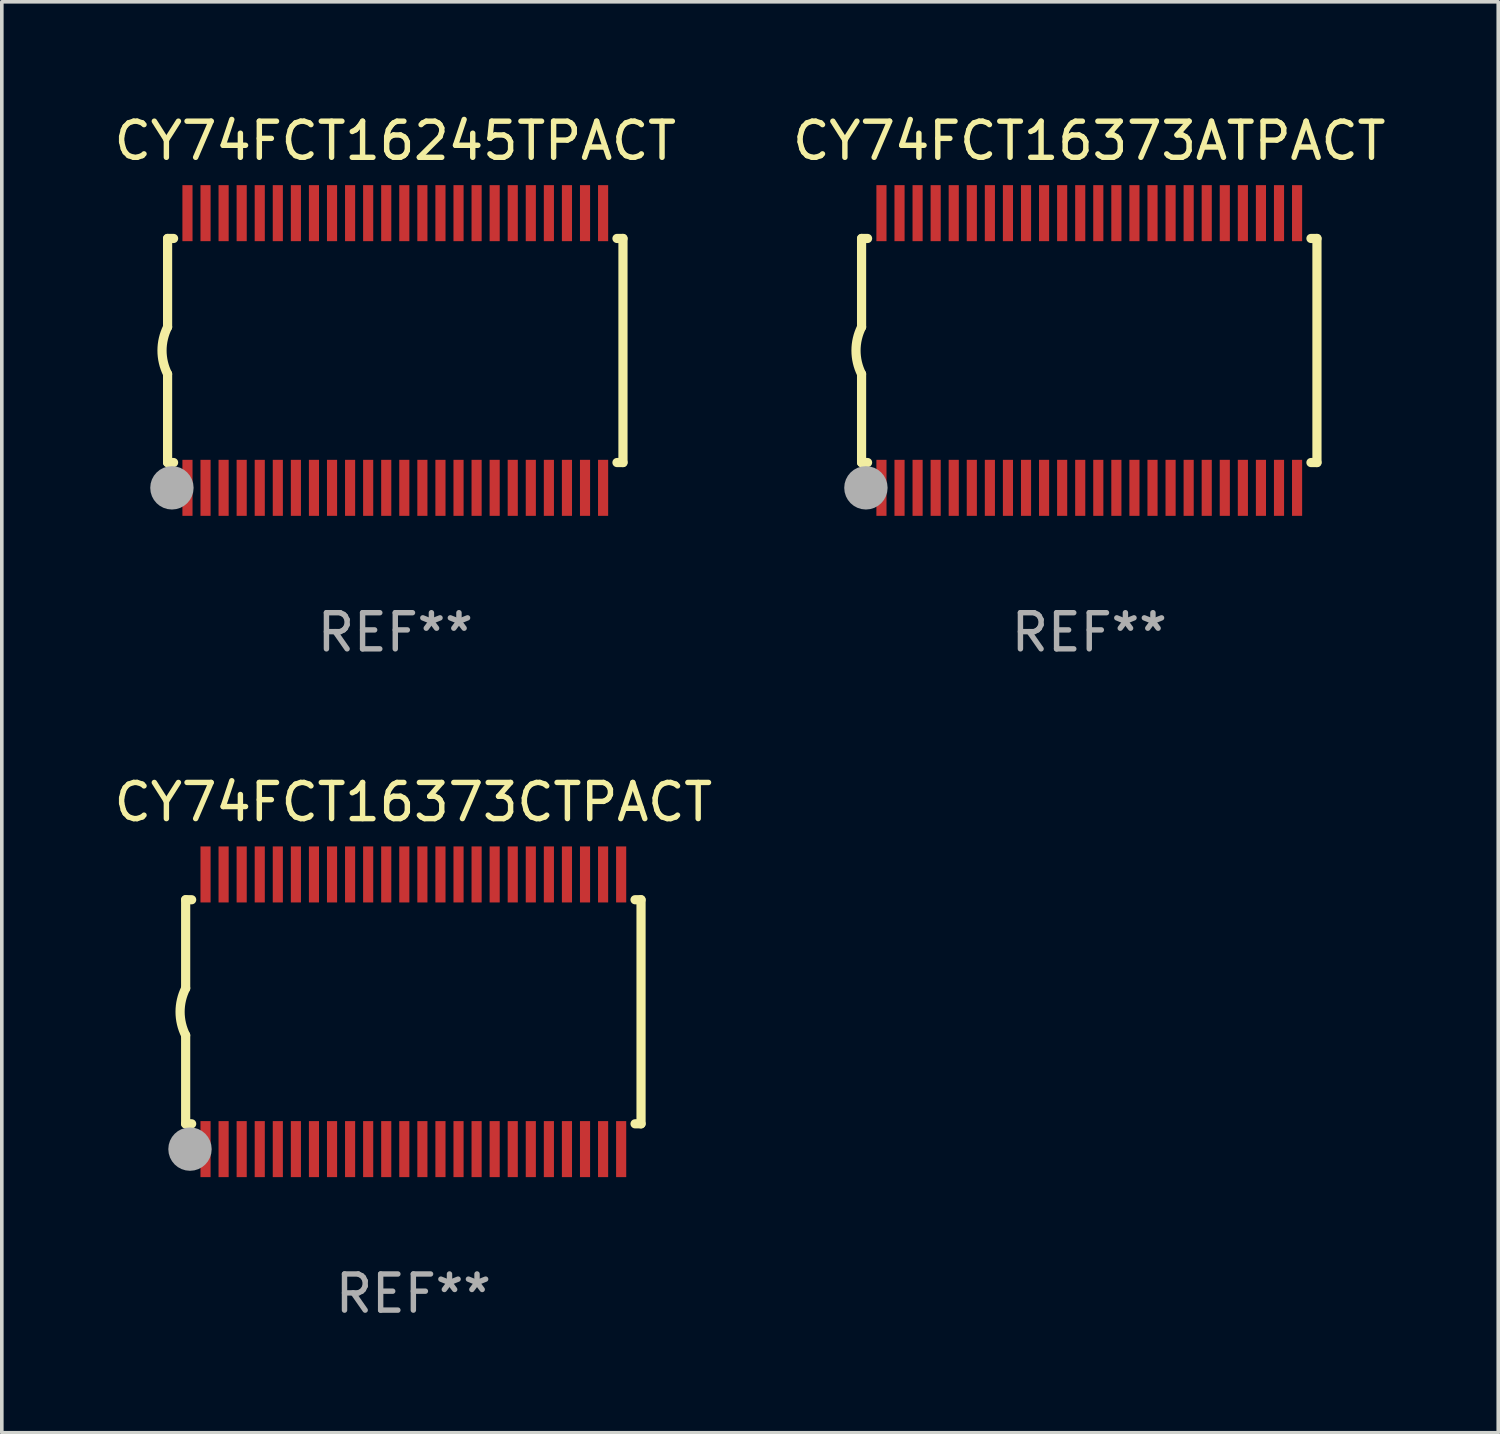
<source format=kicad_pcb>
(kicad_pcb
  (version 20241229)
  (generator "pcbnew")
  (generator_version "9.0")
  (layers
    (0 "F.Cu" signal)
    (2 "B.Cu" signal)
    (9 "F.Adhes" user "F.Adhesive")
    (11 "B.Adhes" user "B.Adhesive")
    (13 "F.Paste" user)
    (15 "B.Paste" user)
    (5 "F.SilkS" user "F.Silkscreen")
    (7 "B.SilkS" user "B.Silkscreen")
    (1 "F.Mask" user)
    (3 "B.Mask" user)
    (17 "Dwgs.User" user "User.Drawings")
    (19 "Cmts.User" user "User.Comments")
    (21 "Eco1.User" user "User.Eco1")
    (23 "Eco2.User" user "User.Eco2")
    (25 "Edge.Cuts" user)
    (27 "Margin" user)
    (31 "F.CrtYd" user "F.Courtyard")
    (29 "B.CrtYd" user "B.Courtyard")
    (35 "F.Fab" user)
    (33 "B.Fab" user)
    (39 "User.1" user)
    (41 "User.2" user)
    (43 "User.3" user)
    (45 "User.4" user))
  (footprint "CY74FCT16373ATPACT"
    (layer "F.Cu")
    (at 27.089 6.648)
    (property "Reference" "CY74FCT16373ATPACT" (at 0 -5.8 0) (layer "F.SilkS") (effects (font (size 1 1) (thickness 0.15))))
    (attr through_hole)
    (fp_line (start -6.3 -3.1) (end -6.3 -0.65) (stroke (width 0.254) (type solid)) (layer "F.SilkS"))
    (fp_line (start -6.3 -3.1) (end -6.134 -3.1) (stroke (width 0.254) (type solid)) (layer "F.SilkS"))
    (fp_line (start -6.3 3.1) (end -6.3 0.65) (stroke (width 0.254) (type solid)) (layer "F.SilkS"))
    (fp_line (start -6.3 3.1) (end -6.134 3.1) (stroke (width 0.254) (type solid)) (layer "F.SilkS"))
    (fp_line (start 6.134 -3.1) (end 6.3 -3.1) (stroke (width 0.254) (type solid)) (layer "F.SilkS"))
    (fp_line (start 6.134 3.1) (end 6.3 3.1) (stroke (width 0.254) (type solid)) (layer "F.SilkS"))
    (fp_line (start 6.3 -3.1) (end 6.3 3.1) (stroke (width 0.254) (type solid)) (layer "F.SilkS"))
    (fp_arc (start -6.301016 0.650114) (mid -6.45413 -0.000082) (end -6.3 -0.650038) (stroke (width 0.254001) (type solid)) (layer "F.SilkS"))
    (fp_circle (center -6.35 3.81) (end -6.223 3.81) (stroke (width 0.254) (type solid)) (fill no) (layer "F.SilkS"))
    (fp_circle (center -6.25 4.05) (end -6.22 4.05) (stroke (width 0.06) (type solid)) (fill no) (layer "F.SilkS"))
    (fp_circle (center -6.18 3.8) (end -5.88 3.8) (stroke (width 0.6) (type solid)) (fill no) (layer "F.Fab"))
    (fp_text user "REF**" (at 0 7.8 0) (layer "F.Fab") (effects (font (size 1 1) (thickness 0.15))))
    (pad "1" smd rect (at -5.75 3.8) (size 0.28 1.55) (layers "F.Cu" "F.Mask" "F.Paste"))
    (pad "2" smd rect (at -5.25 3.8) (size 0.28 1.55) (layers "F.Cu" "F.Mask" "F.Paste"))
    (pad "3" smd rect (at -4.75 3.8) (size 0.28 1.55) (layers "F.Cu" "F.Mask" "F.Paste"))
    (pad "4" smd rect (at -4.25 3.8) (size 0.28 1.55) (layers "F.Cu" "F.Mask" "F.Paste"))
    (pad "5" smd rect (at -3.75 3.8) (size 0.28 1.55) (layers "F.Cu" "F.Mask" "F.Paste"))
    (pad "6" smd rect (at -3.25 3.8) (size 0.28 1.55) (layers "F.Cu" "F.Mask" "F.Paste"))
    (pad "7" smd rect (at -2.75 3.8) (size 0.28 1.55) (layers "F.Cu" "F.Mask" "F.Paste"))
    (pad "8" smd rect (at -2.25 3.8) (size 0.28 1.55) (layers "F.Cu" "F.Mask" "F.Paste"))
    (pad "9" smd rect (at -1.75 3.8) (size 0.28 1.55) (layers "F.Cu" "F.Mask" "F.Paste"))
    (pad "10" smd rect (at -1.25 3.8) (size 0.28 1.55) (layers "F.Cu" "F.Mask" "F.Paste"))
    (pad "11" smd rect (at -0.75 3.8) (size 0.28 1.55) (layers "F.Cu" "F.Mask" "F.Paste"))
    (pad "12" smd rect (at -0.25 3.8) (size 0.28 1.55) (layers "F.Cu" "F.Mask" "F.Paste"))
    (pad "13" smd rect (at 0.25 3.8) (size 0.28 1.55) (layers "F.Cu" "F.Mask" "F.Paste"))
    (pad "14" smd rect (at 0.75 3.8) (size 0.28 1.55) (layers "F.Cu" "F.Mask" "F.Paste"))
    (pad "15" smd rect (at 1.25 3.8) (size 0.28 1.55) (layers "F.Cu" "F.Mask" "F.Paste"))
    (pad "16" smd rect (at 1.75 3.8) (size 0.28 1.55) (layers "F.Cu" "F.Mask" "F.Paste"))
    (pad "17" smd rect (at 2.25 3.8) (size 0.28 1.55) (layers "F.Cu" "F.Mask" "F.Paste"))
    (pad "18" smd rect (at 2.75 3.8) (size 0.28 1.55) (layers "F.Cu" "F.Mask" "F.Paste"))
    (pad "19" smd rect (at 3.25 3.8) (size 0.28 1.55) (layers "F.Cu" "F.Mask" "F.Paste"))
    (pad "20" smd rect (at 3.75 3.8) (size 0.28 1.55) (layers "F.Cu" "F.Mask" "F.Paste"))
    (pad "21" smd rect (at 4.25 3.8) (size 0.28 1.55) (layers "F.Cu" "F.Mask" "F.Paste"))
    (pad "22" smd rect (at 4.75 3.8) (size 0.28 1.55) (layers "F.Cu" "F.Mask" "F.Paste"))
    (pad "23" smd rect (at 5.25 3.8) (size 0.28 1.55) (layers "F.Cu" "F.Mask" "F.Paste"))
    (pad "24" smd rect (at 5.75 3.8) (size 0.28 1.55) (layers "F.Cu" "F.Mask" "F.Paste"))
    (pad "25" smd rect (at 5.75 -3.8) (size 0.28 1.55) (layers "F.Cu" "F.Mask" "F.Paste"))
    (pad "26" smd rect (at 5.25 -3.8) (size 0.28 1.55) (layers "F.Cu" "F.Mask" "F.Paste"))
    (pad "27" smd rect (at 4.75 -3.8) (size 0.28 1.55) (layers "F.Cu" "F.Mask" "F.Paste"))
    (pad "28" smd rect (at 4.25 -3.8) (size 0.28 1.55) (layers "F.Cu" "F.Mask" "F.Paste"))
    (pad "29" smd rect (at 3.75 -3.8) (size 0.28 1.55) (layers "F.Cu" "F.Mask" "F.Paste"))
    (pad "30" smd rect (at 3.25 -3.8) (size 0.28 1.55) (layers "F.Cu" "F.Mask" "F.Paste"))
    (pad "31" smd rect (at 2.75 -3.8) (size 0.28 1.55) (layers "F.Cu" "F.Mask" "F.Paste"))
    (pad "32" smd rect (at 2.25 -3.8) (size 0.28 1.55) (layers "F.Cu" "F.Mask" "F.Paste"))
    (pad "33" smd rect (at 1.75 -3.8) (size 0.28 1.55) (layers "F.Cu" "F.Mask" "F.Paste"))
    (pad "34" smd rect (at 1.25 -3.8) (size 0.28 1.55) (layers "F.Cu" "F.Mask" "F.Paste"))
    (pad "35" smd rect (at 0.75 -3.8) (size 0.28 1.55) (layers "F.Cu" "F.Mask" "F.Paste"))
    (pad "36" smd rect (at 0.25 -3.8) (size 0.28 1.55) (layers "F.Cu" "F.Mask" "F.Paste"))
    (pad "37" smd rect (at -0.25 -3.8) (size 0.28 1.55) (layers "F.Cu" "F.Mask" "F.Paste"))
    (pad "38" smd rect (at -0.75 -3.8) (size 0.28 1.55) (layers "F.Cu" "F.Mask" "F.Paste"))
    (pad "39" smd rect (at -1.25 -3.8) (size 0.28 1.55) (layers "F.Cu" "F.Mask" "F.Paste"))
    (pad "40" smd rect (at -1.75 -3.8) (size 0.28 1.55) (layers "F.Cu" "F.Mask" "F.Paste"))
    (pad "41" smd rect (at -2.25 -3.8) (size 0.28 1.55) (layers "F.Cu" "F.Mask" "F.Paste"))
    (pad "42" smd rect (at -2.75 -3.8) (size 0.28 1.55) (layers "F.Cu" "F.Mask" "F.Paste"))
    (pad "43" smd rect (at -3.25 -3.8) (size 0.28 1.55) (layers "F.Cu" "F.Mask" "F.Paste"))
    (pad "44" smd rect (at -3.75 -3.8) (size 0.28 1.55) (layers "F.Cu" "F.Mask" "F.Paste"))
    (pad "45" smd rect (at -4.25 -3.8) (size 0.28 1.55) (layers "F.Cu" "F.Mask" "F.Paste"))
    (pad "46" smd rect (at -4.75 -3.8) (size 0.28 1.55) (layers "F.Cu" "F.Mask" "F.Paste"))
    (pad "47" smd rect (at -5.25 -3.8) (size 0.28 1.55) (layers "F.Cu" "F.Mask" "F.Paste"))
    (pad "48" smd rect (at -5.75 -3.8) (size 0.28 1.55) (layers "F.Cu" "F.Mask" "F.Paste")))
  (footprint "CY74FCT16245TPACT"
    (layer "F.Cu")
    (at 7.887 6.648)
    (property "Reference" "CY74FCT16245TPACT" (at 0 -5.8 0) (layer "F.SilkS") (effects (font (size 1 1) (thickness 0.15))))
    (attr through_hole)
    (fp_line (start -6.3 -3.1) (end -6.3 -0.65) (stroke (width 0.254) (type solid)) (layer "F.SilkS"))
    (fp_line (start -6.3 -3.1) (end -6.134 -3.1) (stroke (width 0.254) (type solid)) (layer "F.SilkS"))
    (fp_line (start -6.3 3.1) (end -6.3 0.65) (stroke (width 0.254) (type solid)) (layer "F.SilkS"))
    (fp_line (start -6.3 3.1) (end -6.134 3.1) (stroke (width 0.254) (type solid)) (layer "F.SilkS"))
    (fp_line (start 6.134 -3.1) (end 6.3 -3.1) (stroke (width 0.254) (type solid)) (layer "F.SilkS"))
    (fp_line (start 6.134 3.1) (end 6.3 3.1) (stroke (width 0.254) (type solid)) (layer "F.SilkS"))
    (fp_line (start 6.3 -3.1) (end 6.3 3.1) (stroke (width 0.254) (type solid)) (layer "F.SilkS"))
    (fp_arc (start -6.301016 0.650114) (mid -6.45413 -0.000082) (end -6.3 -0.650038) (stroke (width 0.254001) (type solid)) (layer "F.SilkS"))
    (fp_circle (center -6.35 3.81) (end -6.223 3.81) (stroke (width 0.254) (type solid)) (fill no) (layer "F.SilkS"))
    (fp_circle (center -6.25 4.05) (end -6.22 4.05) (stroke (width 0.06) (type solid)) (fill no) (layer "F.SilkS"))
    (fp_circle (center -6.18 3.8) (end -5.88 3.8) (stroke (width 0.6) (type solid)) (fill no) (layer "F.Fab"))
    (fp_text user "REF**" (at 0 7.8 0) (layer "F.Fab") (effects (font (size 1 1) (thickness 0.15))))
    (pad "1" smd rect (at -5.75 3.8) (size 0.28 1.55) (layers "F.Cu" "F.Mask" "F.Paste"))
    (pad "2" smd rect (at -5.25 3.8) (size 0.28 1.55) (layers "F.Cu" "F.Mask" "F.Paste"))
    (pad "3" smd rect (at -4.75 3.8) (size 0.28 1.55) (layers "F.Cu" "F.Mask" "F.Paste"))
    (pad "4" smd rect (at -4.25 3.8) (size 0.28 1.55) (layers "F.Cu" "F.Mask" "F.Paste"))
    (pad "5" smd rect (at -3.75 3.8) (size 0.28 1.55) (layers "F.Cu" "F.Mask" "F.Paste"))
    (pad "6" smd rect (at -3.25 3.8) (size 0.28 1.55) (layers "F.Cu" "F.Mask" "F.Paste"))
    (pad "7" smd rect (at -2.75 3.8) (size 0.28 1.55) (layers "F.Cu" "F.Mask" "F.Paste"))
    (pad "8" smd rect (at -2.25 3.8) (size 0.28 1.55) (layers "F.Cu" "F.Mask" "F.Paste"))
    (pad "9" smd rect (at -1.75 3.8) (size 0.28 1.55) (layers "F.Cu" "F.Mask" "F.Paste"))
    (pad "10" smd rect (at -1.25 3.8) (size 0.28 1.55) (layers "F.Cu" "F.Mask" "F.Paste"))
    (pad "11" smd rect (at -0.75 3.8) (size 0.28 1.55) (layers "F.Cu" "F.Mask" "F.Paste"))
    (pad "12" smd rect (at -0.25 3.8) (size 0.28 1.55) (layers "F.Cu" "F.Mask" "F.Paste"))
    (pad "13" smd rect (at 0.25 3.8) (size 0.28 1.55) (layers "F.Cu" "F.Mask" "F.Paste"))
    (pad "14" smd rect (at 0.75 3.8) (size 0.28 1.55) (layers "F.Cu" "F.Mask" "F.Paste"))
    (pad "15" smd rect (at 1.25 3.8) (size 0.28 1.55) (layers "F.Cu" "F.Mask" "F.Paste"))
    (pad "16" smd rect (at 1.75 3.8) (size 0.28 1.55) (layers "F.Cu" "F.Mask" "F.Paste"))
    (pad "17" smd rect (at 2.25 3.8) (size 0.28 1.55) (layers "F.Cu" "F.Mask" "F.Paste"))
    (pad "18" smd rect (at 2.75 3.8) (size 0.28 1.55) (layers "F.Cu" "F.Mask" "F.Paste"))
    (pad "19" smd rect (at 3.25 3.8) (size 0.28 1.55) (layers "F.Cu" "F.Mask" "F.Paste"))
    (pad "20" smd rect (at 3.75 3.8) (size 0.28 1.55) (layers "F.Cu" "F.Mask" "F.Paste"))
    (pad "21" smd rect (at 4.25 3.8) (size 0.28 1.55) (layers "F.Cu" "F.Mask" "F.Paste"))
    (pad "22" smd rect (at 4.75 3.8) (size 0.28 1.55) (layers "F.Cu" "F.Mask" "F.Paste"))
    (pad "23" smd rect (at 5.25 3.8) (size 0.28 1.55) (layers "F.Cu" "F.Mask" "F.Paste"))
    (pad "24" smd rect (at 5.75 3.8) (size 0.28 1.55) (layers "F.Cu" "F.Mask" "F.Paste"))
    (pad "25" smd rect (at 5.75 -3.8) (size 0.28 1.55) (layers "F.Cu" "F.Mask" "F.Paste"))
    (pad "26" smd rect (at 5.25 -3.8) (size 0.28 1.55) (layers "F.Cu" "F.Mask" "F.Paste"))
    (pad "27" smd rect (at 4.75 -3.8) (size 0.28 1.55) (layers "F.Cu" "F.Mask" "F.Paste"))
    (pad "28" smd rect (at 4.25 -3.8) (size 0.28 1.55) (layers "F.Cu" "F.Mask" "F.Paste"))
    (pad "29" smd rect (at 3.75 -3.8) (size 0.28 1.55) (layers "F.Cu" "F.Mask" "F.Paste"))
    (pad "30" smd rect (at 3.25 -3.8) (size 0.28 1.55) (layers "F.Cu" "F.Mask" "F.Paste"))
    (pad "31" smd rect (at 2.75 -3.8) (size 0.28 1.55) (layers "F.Cu" "F.Mask" "F.Paste"))
    (pad "32" smd rect (at 2.25 -3.8) (size 0.28 1.55) (layers "F.Cu" "F.Mask" "F.Paste"))
    (pad "33" smd rect (at 1.75 -3.8) (size 0.28 1.55) (layers "F.Cu" "F.Mask" "F.Paste"))
    (pad "34" smd rect (at 1.25 -3.8) (size 0.28 1.55) (layers "F.Cu" "F.Mask" "F.Paste"))
    (pad "35" smd rect (at 0.75 -3.8) (size 0.28 1.55) (layers "F.Cu" "F.Mask" "F.Paste"))
    (pad "36" smd rect (at 0.25 -3.8) (size 0.28 1.55) (layers "F.Cu" "F.Mask" "F.Paste"))
    (pad "37" smd rect (at -0.25 -3.8) (size 0.28 1.55) (layers "F.Cu" "F.Mask" "F.Paste"))
    (pad "38" smd rect (at -0.75 -3.8) (size 0.28 1.55) (layers "F.Cu" "F.Mask" "F.Paste"))
    (pad "39" smd rect (at -1.25 -3.8) (size 0.28 1.55) (layers "F.Cu" "F.Mask" "F.Paste"))
    (pad "40" smd rect (at -1.75 -3.8) (size 0.28 1.55) (layers "F.Cu" "F.Mask" "F.Paste"))
    (pad "41" smd rect (at -2.25 -3.8) (size 0.28 1.55) (layers "F.Cu" "F.Mask" "F.Paste"))
    (pad "42" smd rect (at -2.75 -3.8) (size 0.28 1.55) (layers "F.Cu" "F.Mask" "F.Paste"))
    (pad "43" smd rect (at -3.25 -3.8) (size 0.28 1.55) (layers "F.Cu" "F.Mask" "F.Paste"))
    (pad "44" smd rect (at -3.75 -3.8) (size 0.28 1.55) (layers "F.Cu" "F.Mask" "F.Paste"))
    (pad "45" smd rect (at -4.25 -3.8) (size 0.28 1.55) (layers "F.Cu" "F.Mask" "F.Paste"))
    (pad "46" smd rect (at -4.75 -3.8) (size 0.28 1.55) (layers "F.Cu" "F.Mask" "F.Paste"))
    (pad "47" smd rect (at -5.25 -3.8) (size 0.28 1.55) (layers "F.Cu" "F.Mask" "F.Paste"))
    (pad "48" smd rect (at -5.75 -3.8) (size 0.28 1.55) (layers "F.Cu" "F.Mask" "F.Paste")))
  (footprint "CY74FCT16373CTPACT"
    (layer "F.Cu")
    (at 8.387 24.945)
    (property "Reference" "CY74FCT16373CTPACT" (at 0 -5.8 0) (layer "F.SilkS") (effects (font (size 1 1) (thickness 0.15))))
    (attr through_hole)
    (fp_line (start -6.3 -3.1) (end -6.3 -0.65) (stroke (width 0.254) (type solid)) (layer "F.SilkS"))
    (fp_line (start -6.3 -3.1) (end -6.134 -3.1) (stroke (width 0.254) (type solid)) (layer "F.SilkS"))
    (fp_line (start -6.3 3.1) (end -6.3 0.65) (stroke (width 0.254) (type solid)) (layer "F.SilkS"))
    (fp_line (start -6.3 3.1) (end -6.134 3.1) (stroke (width 0.254) (type solid)) (layer "F.SilkS"))
    (fp_line (start 6.134 -3.1) (end 6.3 -3.1) (stroke (width 0.254) (type solid)) (layer "F.SilkS"))
    (fp_line (start 6.134 3.1) (end 6.3 3.1) (stroke (width 0.254) (type solid)) (layer "F.SilkS"))
    (fp_line (start 6.3 -3.1) (end 6.3 3.1) (stroke (width 0.254) (type solid)) (layer "F.SilkS"))
    (fp_arc (start -6.301016 0.650114) (mid -6.45413 -0.000082) (end -6.3 -0.650038) (stroke (width 0.254001) (type solid)) (layer "F.SilkS"))
    (fp_circle (center -6.35 3.81) (end -6.223 3.81) (stroke (width 0.254) (type solid)) (fill no) (layer "F.SilkS"))
    (fp_circle (center -6.25 4.05) (end -6.22 4.05) (stroke (width 0.06) (type solid)) (fill no) (layer "F.SilkS"))
    (fp_circle (center -6.18 3.8) (end -5.88 3.8) (stroke (width 0.6) (type solid)) (fill no) (layer "F.Fab"))
    (fp_text user "REF**" (at 0 7.8 0) (layer "F.Fab") (effects (font (size 1 1) (thickness 0.15))))
    (pad "1" smd rect (at -5.75 3.8) (size 0.28 1.55) (layers "F.Cu" "F.Mask" "F.Paste"))
    (pad "2" smd rect (at -5.25 3.8) (size 0.28 1.55) (layers "F.Cu" "F.Mask" "F.Paste"))
    (pad "3" smd rect (at -4.75 3.8) (size 0.28 1.55) (layers "F.Cu" "F.Mask" "F.Paste"))
    (pad "4" smd rect (at -4.25 3.8) (size 0.28 1.55) (layers "F.Cu" "F.Mask" "F.Paste"))
    (pad "5" smd rect (at -3.75 3.8) (size 0.28 1.55) (layers "F.Cu" "F.Mask" "F.Paste"))
    (pad "6" smd rect (at -3.25 3.8) (size 0.28 1.55) (layers "F.Cu" "F.Mask" "F.Paste"))
    (pad "7" smd rect (at -2.75 3.8) (size 0.28 1.55) (layers "F.Cu" "F.Mask" "F.Paste"))
    (pad "8" smd rect (at -2.25 3.8) (size 0.28 1.55) (layers "F.Cu" "F.Mask" "F.Paste"))
    (pad "9" smd rect (at -1.75 3.8) (size 0.28 1.55) (layers "F.Cu" "F.Mask" "F.Paste"))
    (pad "10" smd rect (at -1.25 3.8) (size 0.28 1.55) (layers "F.Cu" "F.Mask" "F.Paste"))
    (pad "11" smd rect (at -0.75 3.8) (size 0.28 1.55) (layers "F.Cu" "F.Mask" "F.Paste"))
    (pad "12" smd rect (at -0.25 3.8) (size 0.28 1.55) (layers "F.Cu" "F.Mask" "F.Paste"))
    (pad "13" smd rect (at 0.25 3.8) (size 0.28 1.55) (layers "F.Cu" "F.Mask" "F.Paste"))
    (pad "14" smd rect (at 0.75 3.8) (size 0.28 1.55) (layers "F.Cu" "F.Mask" "F.Paste"))
    (pad "15" smd rect (at 1.25 3.8) (size 0.28 1.55) (layers "F.Cu" "F.Mask" "F.Paste"))
    (pad "16" smd rect (at 1.75 3.8) (size 0.28 1.55) (layers "F.Cu" "F.Mask" "F.Paste"))
    (pad "17" smd rect (at 2.25 3.8) (size 0.28 1.55) (layers "F.Cu" "F.Mask" "F.Paste"))
    (pad "18" smd rect (at 2.75 3.8) (size 0.28 1.55) (layers "F.Cu" "F.Mask" "F.Paste"))
    (pad "19" smd rect (at 3.25 3.8) (size 0.28 1.55) (layers "F.Cu" "F.Mask" "F.Paste"))
    (pad "20" smd rect (at 3.75 3.8) (size 0.28 1.55) (layers "F.Cu" "F.Mask" "F.Paste"))
    (pad "21" smd rect (at 4.25 3.8) (size 0.28 1.55) (layers "F.Cu" "F.Mask" "F.Paste"))
    (pad "22" smd rect (at 4.75 3.8) (size 0.28 1.55) (layers "F.Cu" "F.Mask" "F.Paste"))
    (pad "23" smd rect (at 5.25 3.8) (size 0.28 1.55) (layers "F.Cu" "F.Mask" "F.Paste"))
    (pad "24" smd rect (at 5.75 3.8) (size 0.28 1.55) (layers "F.Cu" "F.Mask" "F.Paste"))
    (pad "25" smd rect (at 5.75 -3.8) (size 0.28 1.55) (layers "F.Cu" "F.Mask" "F.Paste"))
    (pad "26" smd rect (at 5.25 -3.8) (size 0.28 1.55) (layers "F.Cu" "F.Mask" "F.Paste"))
    (pad "27" smd rect (at 4.75 -3.8) (size 0.28 1.55) (layers "F.Cu" "F.Mask" "F.Paste"))
    (pad "28" smd rect (at 4.25 -3.8) (size 0.28 1.55) (layers "F.Cu" "F.Mask" "F.Paste"))
    (pad "29" smd rect (at 3.75 -3.8) (size 0.28 1.55) (layers "F.Cu" "F.Mask" "F.Paste"))
    (pad "30" smd rect (at 3.25 -3.8) (size 0.28 1.55) (layers "F.Cu" "F.Mask" "F.Paste"))
    (pad "31" smd rect (at 2.75 -3.8) (size 0.28 1.55) (layers "F.Cu" "F.Mask" "F.Paste"))
    (pad "32" smd rect (at 2.25 -3.8) (size 0.28 1.55) (layers "F.Cu" "F.Mask" "F.Paste"))
    (pad "33" smd rect (at 1.75 -3.8) (size 0.28 1.55) (layers "F.Cu" "F.Mask" "F.Paste"))
    (pad "34" smd rect (at 1.25 -3.8) (size 0.28 1.55) (layers "F.Cu" "F.Mask" "F.Paste"))
    (pad "35" smd rect (at 0.75 -3.8) (size 0.28 1.55) (layers "F.Cu" "F.Mask" "F.Paste"))
    (pad "36" smd rect (at 0.25 -3.8) (size 0.28 1.55) (layers "F.Cu" "F.Mask" "F.Paste"))
    (pad "37" smd rect (at -0.25 -3.8) (size 0.28 1.55) (layers "F.Cu" "F.Mask" "F.Paste"))
    (pad "38" smd rect (at -0.75 -3.8) (size 0.28 1.55) (layers "F.Cu" "F.Mask" "F.Paste"))
    (pad "39" smd rect (at -1.25 -3.8) (size 0.28 1.55) (layers "F.Cu" "F.Mask" "F.Paste"))
    (pad "40" smd rect (at -1.75 -3.8) (size 0.28 1.55) (layers "F.Cu" "F.Mask" "F.Paste"))
    (pad "41" smd rect (at -2.25 -3.8) (size 0.28 1.55) (layers "F.Cu" "F.Mask" "F.Paste"))
    (pad "42" smd rect (at -2.75 -3.8) (size 0.28 1.55) (layers "F.Cu" "F.Mask" "F.Paste"))
    (pad "43" smd rect (at -3.25 -3.8) (size 0.28 1.55) (layers "F.Cu" "F.Mask" "F.Paste"))
    (pad "44" smd rect (at -3.75 -3.8) (size 0.28 1.55) (layers "F.Cu" "F.Mask" "F.Paste"))
    (pad "45" smd rect (at -4.25 -3.8) (size 0.28 1.55) (layers "F.Cu" "F.Mask" "F.Paste"))
    (pad "46" smd rect (at -4.75 -3.8) (size 0.28 1.55) (layers "F.Cu" "F.Mask" "F.Paste"))
    (pad "47" smd rect (at -5.25 -3.8) (size 0.28 1.55) (layers "F.Cu" "F.Mask" "F.Paste"))
    (pad "48" smd rect (at -5.75 -3.8) (size 0.28 1.55) (layers "F.Cu" "F.Mask" "F.Paste")))
  (gr_rect
    (start -3 -3)
    (end 38.405 36.593)
    (stroke (width 0.1) (type default))
    (fill no)
    (layer "Edge.Cuts")))
</source>
